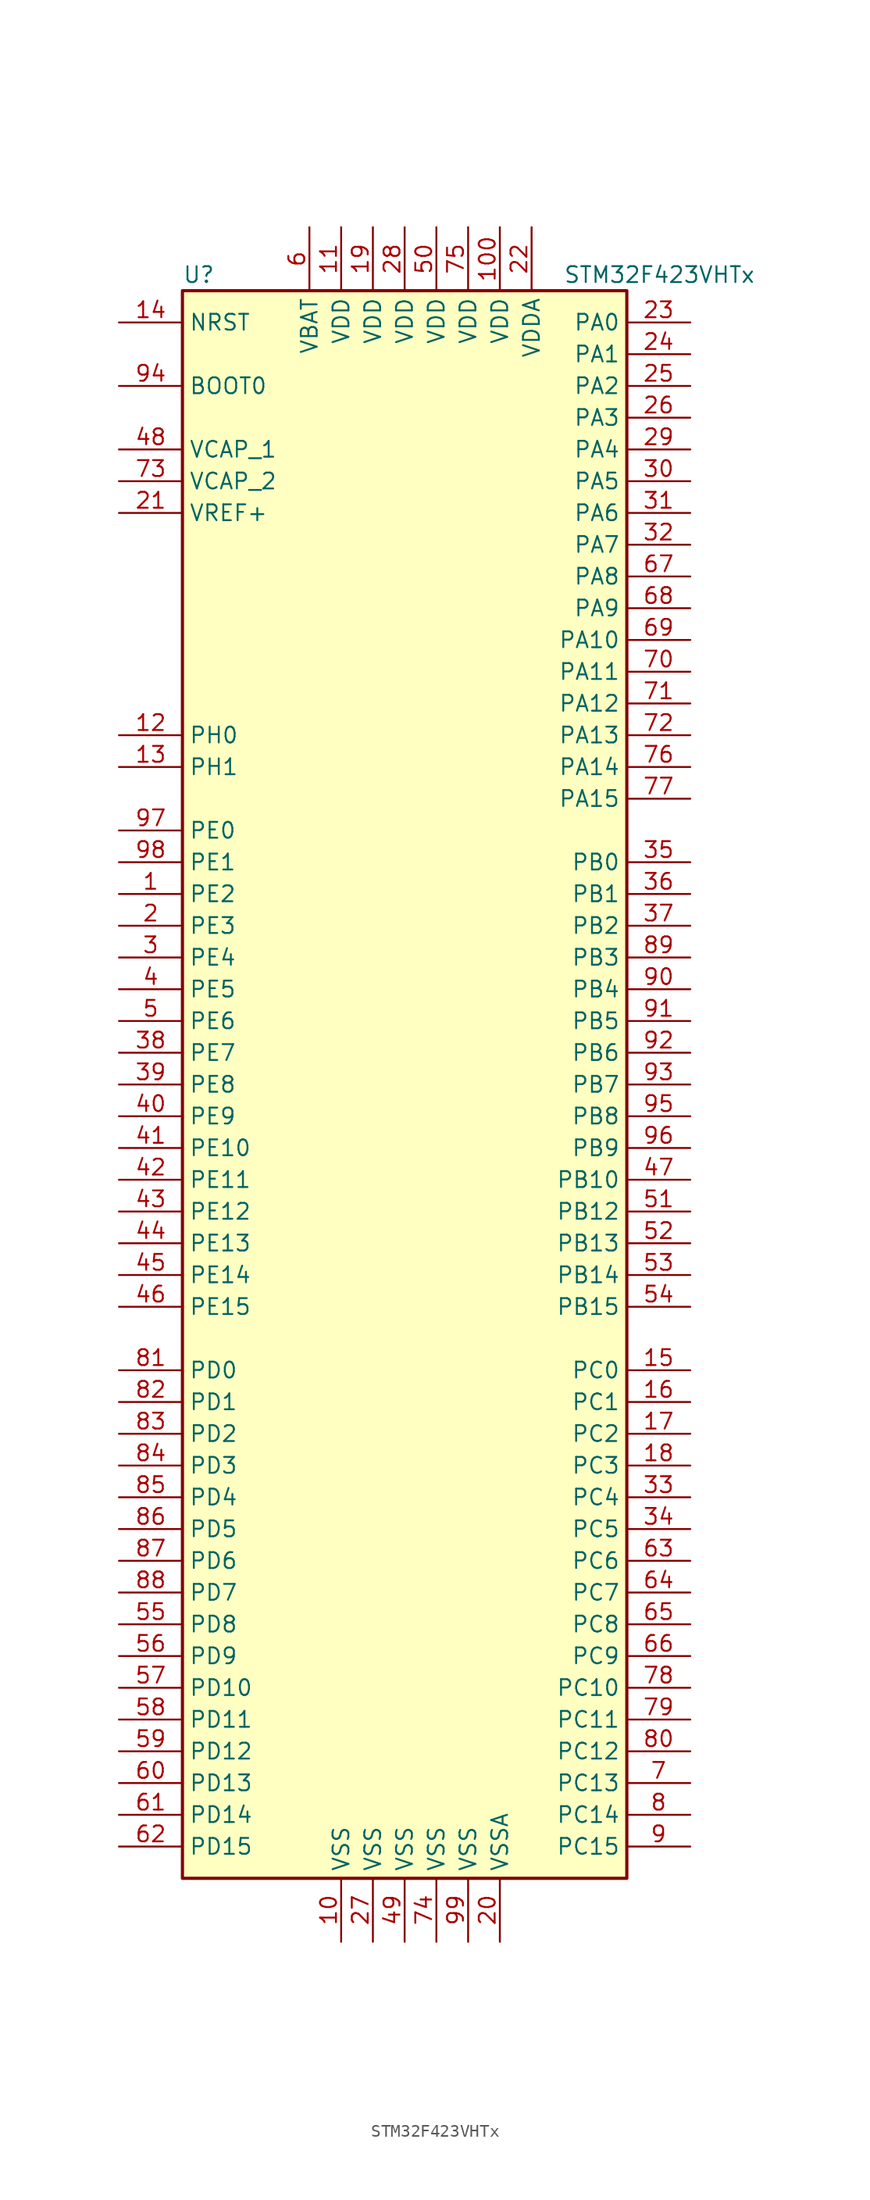
<source format=kicad_sym>
(kicad_symbol_lib
  (version 20201005)
  (generator kicad_symbol_editor)
  (symbol "STM32F423VHTx"
    (property "Reference" "U"
      (at -17.78 64.77 0)
      (effects (font (size 1.27 1.27)) (justify left)))
    (property "Value" "STM32F423VHTx"
      (at 12.7 64.77 0)
      (effects (font (size 1.27 1.27)) (justify left)))
    (symbol "STM32F423VHTx_0_1"
      (rectangle (start -17.78 -63.5) (end 17.78 63.5) (stroke (width 0.254)) (fill (type background))))
    (symbol "STM32F423VHTx_1_1"
      (pin bidirectional line (at -22.86 15.24 0) (length 5.08) (name "PE2" (effects (font (size 1.27 1.27)))) (number "1" (effects (font (size 1.27 1.27)))))
      (pin power_in line (at -5.08 -68.58 90) (length 5.08) (name "VSS" (effects (font (size 1.27 1.27)))) (number "10" (effects (font (size 1.27 1.27)))))
      (pin power_in line (at 7.62 68.58 270) (length 5.08) (name "VDD" (effects (font (size 1.27 1.27)))) (number "100" (effects (font (size 1.27 1.27)))))
      (pin power_in line (at -5.08 68.58 270) (length 5.08) (name "VDD" (effects (font (size 1.27 1.27)))) (number "11" (effects (font (size 1.27 1.27)))))
      (pin input line (at -22.86 27.94 0) (length 5.08) (name "PH0" (effects (font (size 1.27 1.27)))) (number "12" (effects (font (size 1.27 1.27)))))
      (pin input line (at -22.86 25.4 0) (length 5.08) (name "PH1" (effects (font (size 1.27 1.27)))) (number "13" (effects (font (size 1.27 1.27)))))
      (pin input line (at -22.86 60.96 0) (length 5.08) (name "NRST" (effects (font (size 1.27 1.27)))) (number "14" (effects (font (size 1.27 1.27)))))
      (pin bidirectional line (at 22.86 -22.86 180) (length 5.08) (name "PC0" (effects (font (size 1.27 1.27)))) (number "15" (effects (font (size 1.27 1.27)))))
      (pin bidirectional line (at 22.86 -25.4 180) (length 5.08) (name "PC1" (effects (font (size 1.27 1.27)))) (number "16" (effects (font (size 1.27 1.27)))))
      (pin bidirectional line (at 22.86 -27.94 180) (length 5.08) (name "PC2" (effects (font (size 1.27 1.27)))) (number "17" (effects (font (size 1.27 1.27)))))
      (pin bidirectional line (at 22.86 -30.48 180) (length 5.08) (name "PC3" (effects (font (size 1.27 1.27)))) (number "18" (effects (font (size 1.27 1.27)))))
      (pin power_in line (at -2.54 68.58 270) (length 5.08) (name "VDD" (effects (font (size 1.27 1.27)))) (number "19" (effects (font (size 1.27 1.27)))))
      (pin bidirectional line (at -22.86 12.7 0) (length 5.08) (name "PE3" (effects (font (size 1.27 1.27)))) (number "2" (effects (font (size 1.27 1.27)))))
      (pin power_in line (at 7.62 -68.58 90) (length 5.08) (name "VSSA" (effects (font (size 1.27 1.27)))) (number "20" (effects (font (size 1.27 1.27)))))
      (pin power_in line (at -22.86 45.72 0) (length 5.08) (name "VREF+" (effects (font (size 1.27 1.27)))) (number "21" (effects (font (size 1.27 1.27)))))
      (pin power_in line (at 10.16 68.58 270) (length 5.08) (name "VDDA" (effects (font (size 1.27 1.27)))) (number "22" (effects (font (size 1.27 1.27)))))
      (pin bidirectional line (at 22.86 60.96 180) (length 5.08) (name "PA0" (effects (font (size 1.27 1.27)))) (number "23" (effects (font (size 1.27 1.27)))))
      (pin bidirectional line (at 22.86 58.42 180) (length 5.08) (name "PA1" (effects (font (size 1.27 1.27)))) (number "24" (effects (font (size 1.27 1.27)))))
      (pin bidirectional line (at 22.86 55.88 180) (length 5.08) (name "PA2" (effects (font (size 1.27 1.27)))) (number "25" (effects (font (size 1.27 1.27)))))
      (pin bidirectional line (at 22.86 53.34 180) (length 5.08) (name "PA3" (effects (font (size 1.27 1.27)))) (number "26" (effects (font (size 1.27 1.27)))))
      (pin power_in line (at -2.54 -68.58 90) (length 5.08) (name "VSS" (effects (font (size 1.27 1.27)))) (number "27" (effects (font (size 1.27 1.27)))))
      (pin power_in line (at 0 68.58 270) (length 5.08) (name "VDD" (effects (font (size 1.27 1.27)))) (number "28" (effects (font (size 1.27 1.27)))))
      (pin bidirectional line (at 22.86 50.8 180) (length 5.08) (name "PA4" (effects (font (size 1.27 1.27)))) (number "29" (effects (font (size 1.27 1.27)))))
      (pin bidirectional line (at -22.86 10.16 0) (length 5.08) (name "PE4" (effects (font (size 1.27 1.27)))) (number "3" (effects (font (size 1.27 1.27)))))
      (pin bidirectional line (at 22.86 48.26 180) (length 5.08) (name "PA5" (effects (font (size 1.27 1.27)))) (number "30" (effects (font (size 1.27 1.27)))))
      (pin bidirectional line (at 22.86 45.72 180) (length 5.08) (name "PA6" (effects (font (size 1.27 1.27)))) (number "31" (effects (font (size 1.27 1.27)))))
      (pin bidirectional line (at 22.86 43.18 180) (length 5.08) (name "PA7" (effects (font (size 1.27 1.27)))) (number "32" (effects (font (size 1.27 1.27)))))
      (pin bidirectional line (at 22.86 -33.02 180) (length 5.08) (name "PC4" (effects (font (size 1.27 1.27)))) (number "33" (effects (font (size 1.27 1.27)))))
      (pin bidirectional line (at 22.86 -35.56 180) (length 5.08) (name "PC5" (effects (font (size 1.27 1.27)))) (number "34" (effects (font (size 1.27 1.27)))))
      (pin bidirectional line (at 22.86 17.78 180) (length 5.08) (name "PB0" (effects (font (size 1.27 1.27)))) (number "35" (effects (font (size 1.27 1.27)))))
      (pin bidirectional line (at 22.86 15.24 180) (length 5.08) (name "PB1" (effects (font (size 1.27 1.27)))) (number "36" (effects (font (size 1.27 1.27)))))
      (pin bidirectional line (at 22.86 12.7 180) (length 5.08) (name "PB2" (effects (font (size 1.27 1.27)))) (number "37" (effects (font (size 1.27 1.27)))))
      (pin bidirectional line (at -22.86 2.54 0) (length 5.08) (name "PE7" (effects (font (size 1.27 1.27)))) (number "38" (effects (font (size 1.27 1.27)))))
      (pin bidirectional line (at -22.86 0 0) (length 5.08) (name "PE8" (effects (font (size 1.27 1.27)))) (number "39" (effects (font (size 1.27 1.27)))))
      (pin bidirectional line (at -22.86 7.62 0) (length 5.08) (name "PE5" (effects (font (size 1.27 1.27)))) (number "4" (effects (font (size 1.27 1.27)))))
      (pin bidirectional line (at -22.86 -2.54 0) (length 5.08) (name "PE9" (effects (font (size 1.27 1.27)))) (number "40" (effects (font (size 1.27 1.27)))))
      (pin bidirectional line (at -22.86 -5.08 0) (length 5.08) (name "PE10" (effects (font (size 1.27 1.27)))) (number "41" (effects (font (size 1.27 1.27)))))
      (pin bidirectional line (at -22.86 -7.62 0) (length 5.08) (name "PE11" (effects (font (size 1.27 1.27)))) (number "42" (effects (font (size 1.27 1.27)))))
      (pin bidirectional line (at -22.86 -10.16 0) (length 5.08) (name "PE12" (effects (font (size 1.27 1.27)))) (number "43" (effects (font (size 1.27 1.27)))))
      (pin bidirectional line (at -22.86 -12.7 0) (length 5.08) (name "PE13" (effects (font (size 1.27 1.27)))) (number "44" (effects (font (size 1.27 1.27)))))
      (pin bidirectional line (at -22.86 -15.24 0) (length 5.08) (name "PE14" (effects (font (size 1.27 1.27)))) (number "45" (effects (font (size 1.27 1.27)))))
      (pin bidirectional line (at -22.86 -17.78 0) (length 5.08) (name "PE15" (effects (font (size 1.27 1.27)))) (number "46" (effects (font (size 1.27 1.27)))))
      (pin bidirectional line (at 22.86 -7.62 180) (length 5.08) (name "PB10" (effects (font (size 1.27 1.27)))) (number "47" (effects (font (size 1.27 1.27)))))
      (pin power_in line (at -22.86 50.8 0) (length 5.08) (name "VCAP_1" (effects (font (size 1.27 1.27)))) (number "48" (effects (font (size 1.27 1.27)))))
      (pin power_in line (at 0 -68.58 90) (length 5.08) (name "VSS" (effects (font (size 1.27 1.27)))) (number "49" (effects (font (size 1.27 1.27)))))
      (pin bidirectional line (at -22.86 5.08 0) (length 5.08) (name "PE6" (effects (font (size 1.27 1.27)))) (number "5" (effects (font (size 1.27 1.27)))))
      (pin power_in line (at 2.54 68.58 270) (length 5.08) (name "VDD" (effects (font (size 1.27 1.27)))) (number "50" (effects (font (size 1.27 1.27)))))
      (pin bidirectional line (at 22.86 -10.16 180) (length 5.08) (name "PB12" (effects (font (size 1.27 1.27)))) (number "51" (effects (font (size 1.27 1.27)))))
      (pin bidirectional line (at 22.86 -12.7 180) (length 5.08) (name "PB13" (effects (font (size 1.27 1.27)))) (number "52" (effects (font (size 1.27 1.27)))))
      (pin bidirectional line (at 22.86 -15.24 180) (length 5.08) (name "PB14" (effects (font (size 1.27 1.27)))) (number "53" (effects (font (size 1.27 1.27)))))
      (pin bidirectional line (at 22.86 -17.78 180) (length 5.08) (name "PB15" (effects (font (size 1.27 1.27)))) (number "54" (effects (font (size 1.27 1.27)))))
      (pin bidirectional line (at -22.86 -43.18 0) (length 5.08) (name "PD8" (effects (font (size 1.27 1.27)))) (number "55" (effects (font (size 1.27 1.27)))))
      (pin bidirectional line (at -22.86 -45.72 0) (length 5.08) (name "PD9" (effects (font (size 1.27 1.27)))) (number "56" (effects (font (size 1.27 1.27)))))
      (pin bidirectional line (at -22.86 -48.26 0) (length 5.08) (name "PD10" (effects (font (size 1.27 1.27)))) (number "57" (effects (font (size 1.27 1.27)))))
      (pin bidirectional line (at -22.86 -50.8 0) (length 5.08) (name "PD11" (effects (font (size 1.27 1.27)))) (number "58" (effects (font (size 1.27 1.27)))))
      (pin bidirectional line (at -22.86 -53.34 0) (length 5.08) (name "PD12" (effects (font (size 1.27 1.27)))) (number "59" (effects (font (size 1.27 1.27)))))
      (pin power_in line (at -7.62 68.58 270) (length 5.08) (name "VBAT" (effects (font (size 1.27 1.27)))) (number "6" (effects (font (size 1.27 1.27)))))
      (pin bidirectional line (at -22.86 -55.88 0) (length 5.08) (name "PD13" (effects (font (size 1.27 1.27)))) (number "60" (effects (font (size 1.27 1.27)))))
      (pin bidirectional line (at -22.86 -58.42 0) (length 5.08) (name "PD14" (effects (font (size 1.27 1.27)))) (number "61" (effects (font (size 1.27 1.27)))))
      (pin bidirectional line (at -22.86 -60.96 0) (length 5.08) (name "PD15" (effects (font (size 1.27 1.27)))) (number "62" (effects (font (size 1.27 1.27)))))
      (pin bidirectional line (at 22.86 -38.1 180) (length 5.08) (name "PC6" (effects (font (size 1.27 1.27)))) (number "63" (effects (font (size 1.27 1.27)))))
      (pin bidirectional line (at 22.86 -40.64 180) (length 5.08) (name "PC7" (effects (font (size 1.27 1.27)))) (number "64" (effects (font (size 1.27 1.27)))))
      (pin bidirectional line (at 22.86 -43.18 180) (length 5.08) (name "PC8" (effects (font (size 1.27 1.27)))) (number "65" (effects (font (size 1.27 1.27)))))
      (pin bidirectional line (at 22.86 -45.72 180) (length 5.08) (name "PC9" (effects (font (size 1.27 1.27)))) (number "66" (effects (font (size 1.27 1.27)))))
      (pin bidirectional line (at 22.86 40.64 180) (length 5.08) (name "PA8" (effects (font (size 1.27 1.27)))) (number "67" (effects (font (size 1.27 1.27)))))
      (pin bidirectional line (at 22.86 38.1 180) (length 5.08) (name "PA9" (effects (font (size 1.27 1.27)))) (number "68" (effects (font (size 1.27 1.27)))))
      (pin bidirectional line (at 22.86 35.56 180) (length 5.08) (name "PA10" (effects (font (size 1.27 1.27)))) (number "69" (effects (font (size 1.27 1.27)))))
      (pin bidirectional line (at 22.86 -55.88 180) (length 5.08) (name "PC13" (effects (font (size 1.27 1.27)))) (number "7" (effects (font (size 1.27 1.27)))))
      (pin bidirectional line (at 22.86 33.02 180) (length 5.08) (name "PA11" (effects (font (size 1.27 1.27)))) (number "70" (effects (font (size 1.27 1.27)))))
      (pin bidirectional line (at 22.86 30.48 180) (length 5.08) (name "PA12" (effects (font (size 1.27 1.27)))) (number "71" (effects (font (size 1.27 1.27)))))
      (pin bidirectional line (at 22.86 27.94 180) (length 5.08) (name "PA13" (effects (font (size 1.27 1.27)))) (number "72" (effects (font (size 1.27 1.27)))))
      (pin power_in line (at -22.86 48.26 0) (length 5.08) (name "VCAP_2" (effects (font (size 1.27 1.27)))) (number "73" (effects (font (size 1.27 1.27)))))
      (pin power_in line (at 2.54 -68.58 90) (length 5.08) (name "VSS" (effects (font (size 1.27 1.27)))) (number "74" (effects (font (size 1.27 1.27)))))
      (pin power_in line (at 5.08 68.58 270) (length 5.08) (name "VDD" (effects (font (size 1.27 1.27)))) (number "75" (effects (font (size 1.27 1.27)))))
      (pin bidirectional line (at 22.86 25.4 180) (length 5.08) (name "PA14" (effects (font (size 1.27 1.27)))) (number "76" (effects (font (size 1.27 1.27)))))
      (pin bidirectional line (at 22.86 22.86 180) (length 5.08) (name "PA15" (effects (font (size 1.27 1.27)))) (number "77" (effects (font (size 1.27 1.27)))))
      (pin bidirectional line (at 22.86 -48.26 180) (length 5.08) (name "PC10" (effects (font (size 1.27 1.27)))) (number "78" (effects (font (size 1.27 1.27)))))
      (pin bidirectional line (at 22.86 -50.8 180) (length 5.08) (name "PC11" (effects (font (size 1.27 1.27)))) (number "79" (effects (font (size 1.27 1.27)))))
      (pin bidirectional line (at 22.86 -58.42 180) (length 5.08) (name "PC14" (effects (font (size 1.27 1.27)))) (number "8" (effects (font (size 1.27 1.27)))))
      (pin bidirectional line (at 22.86 -53.34 180) (length 5.08) (name "PC12" (effects (font (size 1.27 1.27)))) (number "80" (effects (font (size 1.27 1.27)))))
      (pin bidirectional line (at -22.86 -22.86 0) (length 5.08) (name "PD0" (effects (font (size 1.27 1.27)))) (number "81" (effects (font (size 1.27 1.27)))))
      (pin bidirectional line (at -22.86 -25.4 0) (length 5.08) (name "PD1" (effects (font (size 1.27 1.27)))) (number "82" (effects (font (size 1.27 1.27)))))
      (pin bidirectional line (at -22.86 -27.94 0) (length 5.08) (name "PD2" (effects (font (size 1.27 1.27)))) (number "83" (effects (font (size 1.27 1.27)))))
      (pin bidirectional line (at -22.86 -30.48 0) (length 5.08) (name "PD3" (effects (font (size 1.27 1.27)))) (number "84" (effects (font (size 1.27 1.27)))))
      (pin bidirectional line (at -22.86 -33.02 0) (length 5.08) (name "PD4" (effects (font (size 1.27 1.27)))) (number "85" (effects (font (size 1.27 1.27)))))
      (pin bidirectional line (at -22.86 -35.56 0) (length 5.08) (name "PD5" (effects (font (size 1.27 1.27)))) (number "86" (effects (font (size 1.27 1.27)))))
      (pin bidirectional line (at -22.86 -38.1 0) (length 5.08) (name "PD6" (effects (font (size 1.27 1.27)))) (number "87" (effects (font (size 1.27 1.27)))))
      (pin bidirectional line (at -22.86 -40.64 0) (length 5.08) (name "PD7" (effects (font (size 1.27 1.27)))) (number "88" (effects (font (size 1.27 1.27)))))
      (pin bidirectional line (at 22.86 10.16 180) (length 5.08) (name "PB3" (effects (font (size 1.27 1.27)))) (number "89" (effects (font (size 1.27 1.27)))))
      (pin bidirectional line (at 22.86 -60.96 180) (length 5.08) (name "PC15" (effects (font (size 1.27 1.27)))) (number "9" (effects (font (size 1.27 1.27)))))
      (pin bidirectional line (at 22.86 7.62 180) (length 5.08) (name "PB4" (effects (font (size 1.27 1.27)))) (number "90" (effects (font (size 1.27 1.27)))))
      (pin bidirectional line (at 22.86 5.08 180) (length 5.08) (name "PB5" (effects (font (size 1.27 1.27)))) (number "91" (effects (font (size 1.27 1.27)))))
      (pin bidirectional line (at 22.86 2.54 180) (length 5.08) (name "PB6" (effects (font (size 1.27 1.27)))) (number "92" (effects (font (size 1.27 1.27)))))
      (pin bidirectional line (at 22.86 0 180) (length 5.08) (name "PB7" (effects (font (size 1.27 1.27)))) (number "93" (effects (font (size 1.27 1.27)))))
      (pin input line (at -22.86 55.88 0) (length 5.08) (name "BOOT0" (effects (font (size 1.27 1.27)))) (number "94" (effects (font (size 1.27 1.27)))))
      (pin bidirectional line (at 22.86 -2.54 180) (length 5.08) (name "PB8" (effects (font (size 1.27 1.27)))) (number "95" (effects (font (size 1.27 1.27)))))
      (pin bidirectional line (at 22.86 -5.08 180) (length 5.08) (name "PB9" (effects (font (size 1.27 1.27)))) (number "96" (effects (font (size 1.27 1.27)))))
      (pin bidirectional line (at -22.86 20.32 0) (length 5.08) (name "PE0" (effects (font (size 1.27 1.27)))) (number "97" (effects (font (size 1.27 1.27)))))
      (pin bidirectional line (at -22.86 17.78 0) (length 5.08) (name "PE1" (effects (font (size 1.27 1.27)))) (number "98" (effects (font (size 1.27 1.27)))))
      (pin power_in line (at 5.08 -68.58 90) (length 5.08) (name "VSS" (effects (font (size 1.27 1.27)))) (number "99" (effects (font (size 1.27 1.27))))))))
</source>
